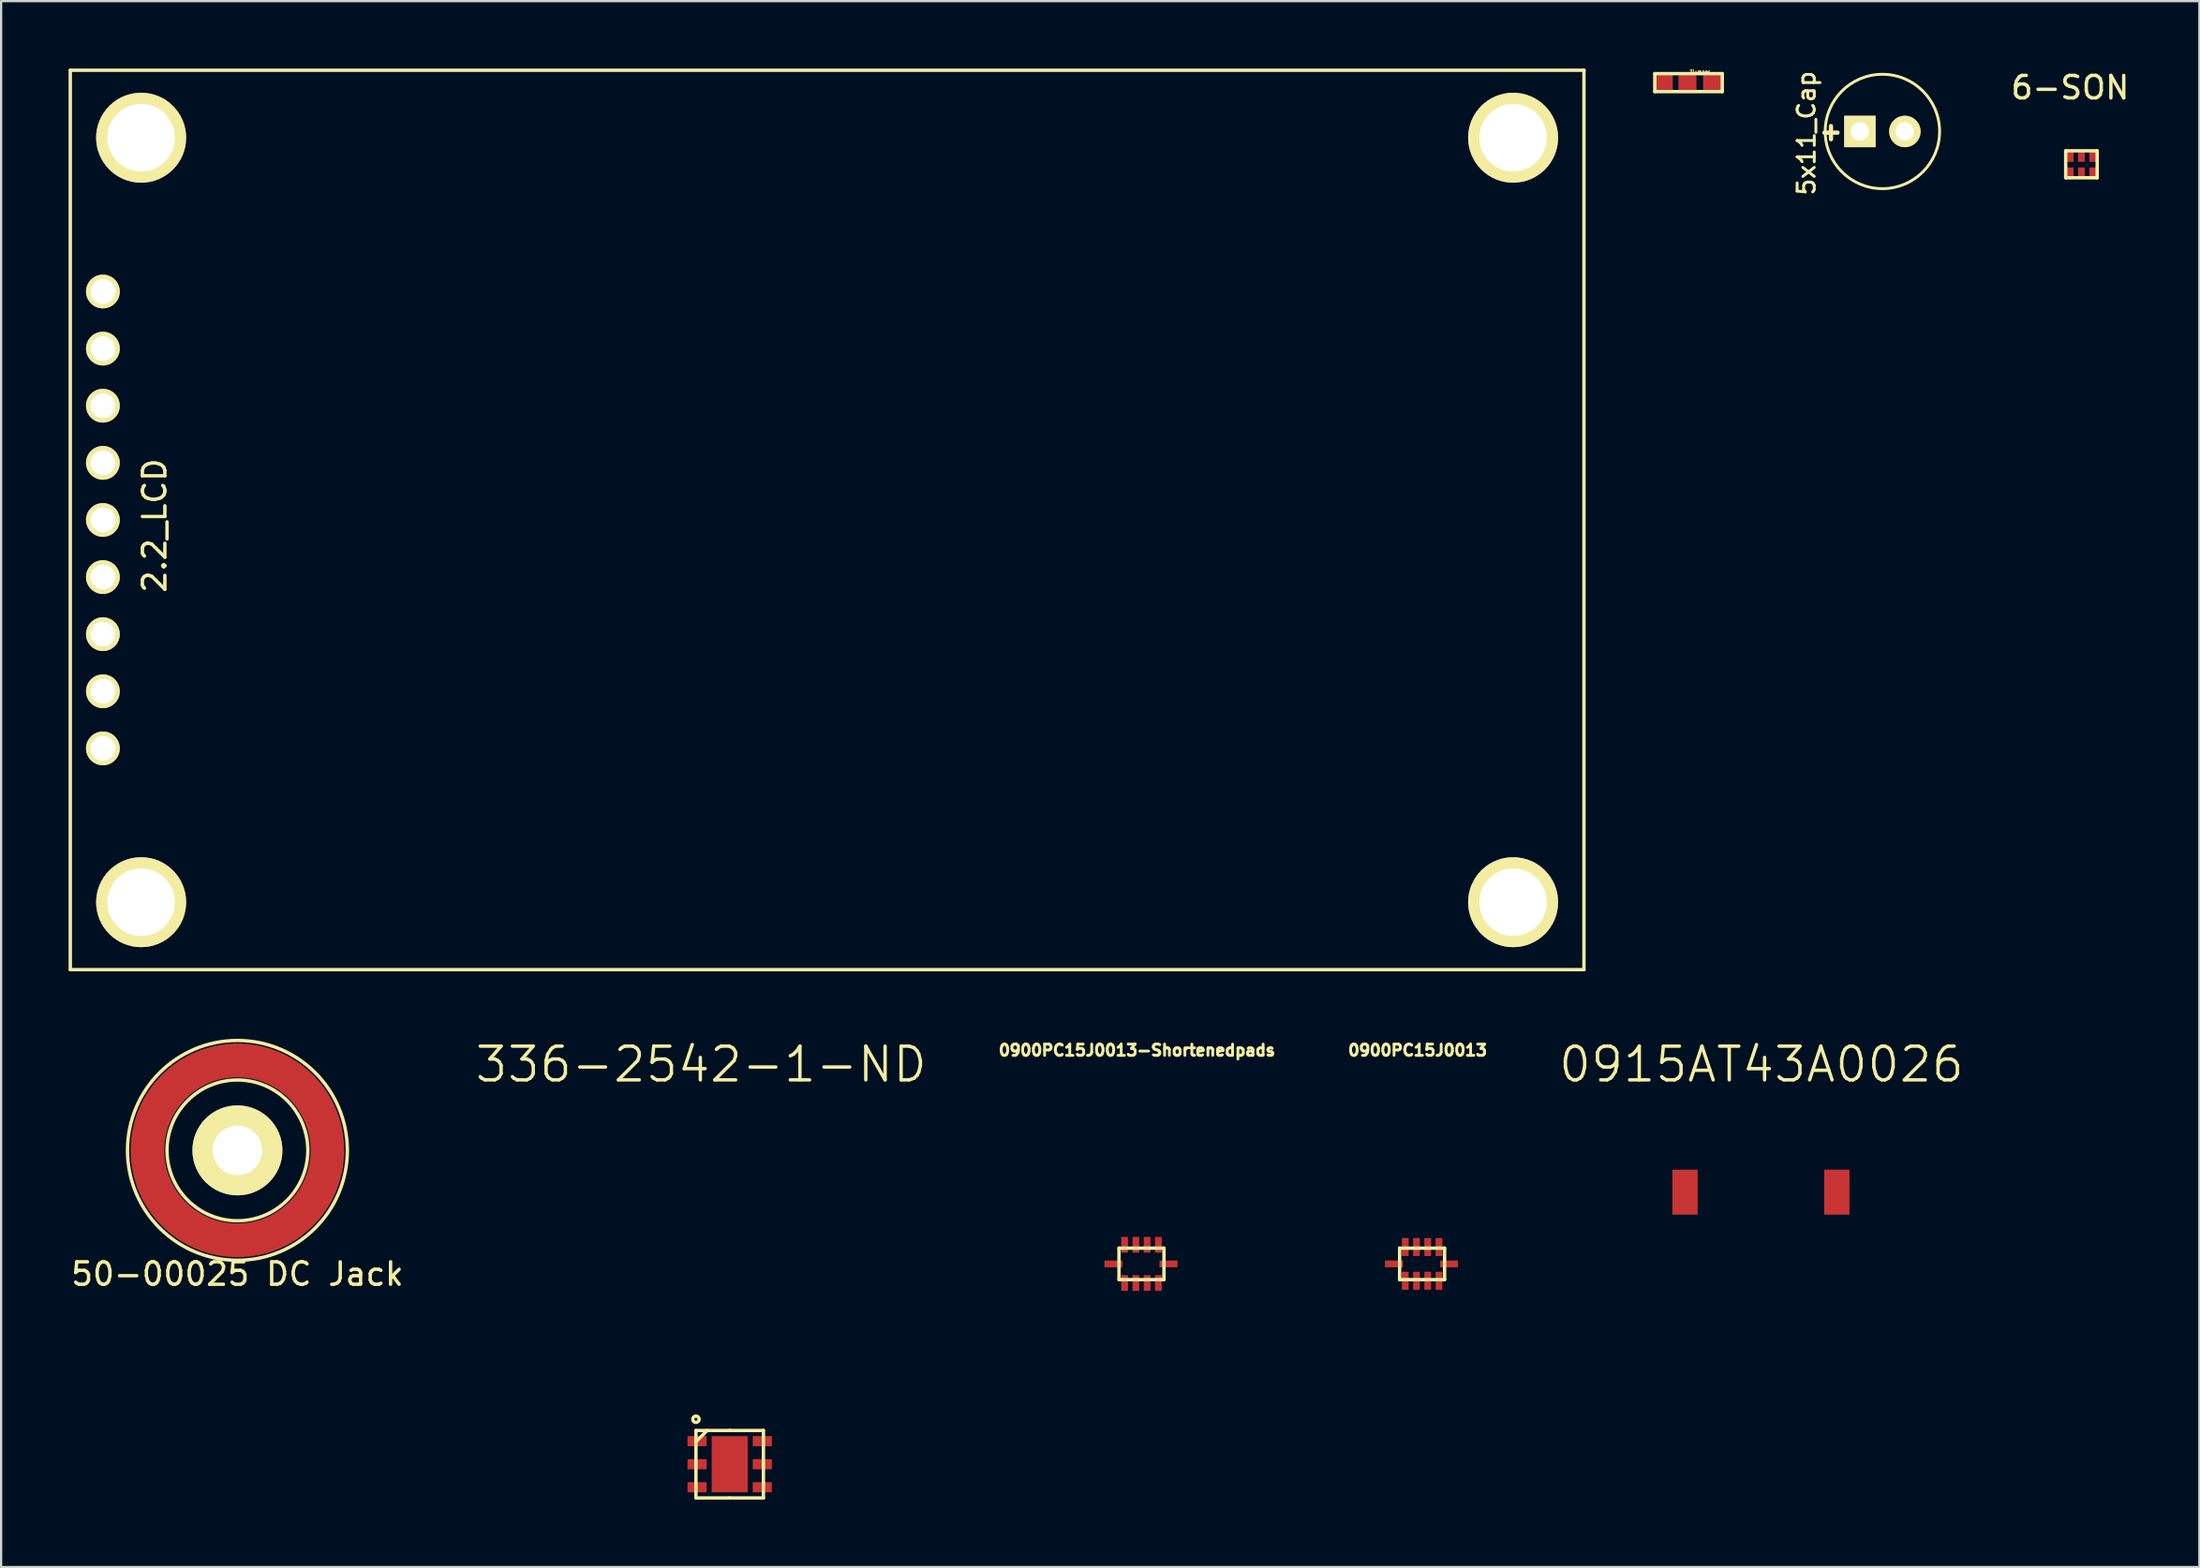
<source format=kicad_pcb>
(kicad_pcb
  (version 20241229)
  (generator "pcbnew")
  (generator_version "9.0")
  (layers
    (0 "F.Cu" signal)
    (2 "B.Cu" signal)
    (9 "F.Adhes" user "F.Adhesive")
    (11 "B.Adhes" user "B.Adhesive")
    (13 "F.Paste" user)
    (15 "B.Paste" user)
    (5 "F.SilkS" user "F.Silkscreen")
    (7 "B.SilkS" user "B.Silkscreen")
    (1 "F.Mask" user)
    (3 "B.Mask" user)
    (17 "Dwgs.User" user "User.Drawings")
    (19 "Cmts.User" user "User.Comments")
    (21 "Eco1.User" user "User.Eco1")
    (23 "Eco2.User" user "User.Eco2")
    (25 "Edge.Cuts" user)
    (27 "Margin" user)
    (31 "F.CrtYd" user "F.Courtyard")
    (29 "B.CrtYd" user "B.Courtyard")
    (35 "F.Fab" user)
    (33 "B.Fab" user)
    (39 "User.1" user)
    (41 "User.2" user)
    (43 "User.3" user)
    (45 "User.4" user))
  (footprint "0900PC15J0013-Shortenedpads"
    (layer "F.Cu")
    (at 47.402 52.562)
    (property "Reference" "0900PC15J0013-Shortenedpads" (at 0.1 -8.9 0) (layer "F.SilkS") (effects (font (size 0.5 0.5) (thickness 0.125))))
    (attr through_hole)
    (fp_line (start -0.7 -0.1) (end 1.3 -0.1) (stroke (width 0.15) (type solid)) (layer "F.SilkS"))
    (fp_line (start -0.7 1.3) (end -0.7 -0.1) (stroke (width 0.15) (type solid)) (layer "F.SilkS"))
    (fp_line (start 1.3 -0.1) (end 1.3 1.3) (stroke (width 0.15) (type solid)) (layer "F.SilkS"))
    (fp_line (start 1.3 1.3) (end -0.7 1.3) (stroke (width 0.15) (type solid)) (layer "F.SilkS"))
    (pad "1" smd rect (at -0.45 1.35) (size 0.3 0.7) (drill (offset 0 0.1)) (layers "F.Cu" "F.Mask" "F.Paste"))
    (pad "2" smd rect (at 0.05 1.35) (size 0.3 0.7) (drill (offset 0 0.1)) (layers "F.Cu" "F.Mask" "F.Paste"))
    (pad "3" smd rect (at 0.55 1.35) (size 0.3 0.7) (drill (offset 0 0.1)) (layers "F.Cu" "F.Mask" "F.Paste"))
    (pad "4" smd rect (at 1.05 1.35) (size 0.3 0.7) (drill (offset 0 0.1)) (layers "F.Cu" "F.Mask" "F.Paste"))
    (pad "5" smd rect (at 1.5 0.6) (size 0.8 0.3) (layers "F.Cu" "F.Mask" "F.Paste"))
    (pad "6" smd rect (at 1.05 -0.15) (size 0.3 0.7) (drill (offset 0 -0.1)) (layers "F.Cu" "F.Mask" "F.Paste"))
    (pad "7" smd rect (at 0.55 -0.15) (size 0.3 0.7) (drill (offset 0 -0.1)) (layers "F.Cu" "F.Mask" "F.Paste"))
    (pad "8" smd rect (at 0.05 -0.15) (size 0.3 0.7) (drill (offset 0 -0.1)) (layers "F.Cu" "F.Mask" "F.Paste"))
    (pad "9" smd rect (at -0.45 -0.15) (size 0.3 0.7) (drill (offset 0 -0.1)) (layers "F.Cu" "F.Mask" "F.Paste"))
    (pad "10" smd rect (at -0.95 0.6) (size 0.8 0.3) (layers "F.Cu" "F.Mask" "F.Paste")))
  (footprint "336-2542-1-ND"
    (layer "F.Cu")
    (at 29.393 62.071)
    (property "Reference" "336-2542-1-ND" (at -1.27 -17.78 0) (layer "F.SilkS") (effects (font (size 1.5 1.5) (thickness 0.15))))
    (attr through_hole)
    (fp_line (start -1.5 -1.5) (end 0 -1.5) (stroke (width 0.15) (type solid)) (layer "F.SilkS"))
    (fp_line (start -1.5 -1) (end -1 -1.5) (stroke (width 0.15) (type solid)) (layer "F.SilkS"))
    (fp_line (start -1.5 1.5) (end -1.5 -1.5) (stroke (width 0.15) (type solid)) (layer "F.SilkS"))
    (fp_line (start 0 -1.5) (end 1.5 -1.5) (stroke (width 0.15) (type solid)) (layer "F.SilkS"))
    (fp_line (start 0 1.5) (end -1.5 1.5) (stroke (width 0.15) (type solid)) (layer "F.SilkS"))
    (fp_line (start 1.5 -1.5) (end 1.5 1.5) (stroke (width 0.15) (type solid)) (layer "F.SilkS"))
    (fp_line (start 1.5 1.5) (end 0 1.5) (stroke (width 0.15) (type solid)) (layer "F.SilkS"))
    (fp_circle (center -1.5 -2) (end -1.4 -1.9) (stroke (width 0.15) (type solid)) (fill no) (layer "F.SilkS"))
    (pad "1" smd rect (at -1.45 -1.025) (size 0.85 0.45) (layers "F.Cu" "F.Mask" "F.Paste"))
    (pad "2" smd rect (at -1.45 0) (size 0.85 0.45) (layers "F.Cu" "F.Mask" "F.Paste"))
    (pad "3" smd rect (at -1.45 1.025) (size 0.85 0.45) (layers "F.Cu" "F.Mask" "F.Paste"))
    (pad "4" smd rect (at 1.45 1.025) (size 0.85 0.45) (layers "F.Cu" "F.Mask" "F.Paste"))
    (pad "5" smd rect (at 1.45 0) (size 0.85 0.45) (layers "F.Cu" "F.Mask" "F.Paste"))
    (pad "6" smd rect (at 1.45 -1.025) (size 0.85 0.45) (layers "F.Cu" "F.Mask" "F.Paste"))
    (pad "7" smd rect (at 0 0) (size 1.6 2.5) (layers "F.Cu" "F.Mask" "F.Paste")))
  (footprint "50-00025 DC Jack"
    (layer "F.Cu")
    (at 7.506 48.113)
    (property "Reference" "50-00025 DC Jack" (at 0 5.5 0) (layer "F.SilkS") (effects (font (size 1 1) (thickness 0.15))))
    (attr through_hole)
    (fp_circle (center 0 0) (end 4 0) (stroke (width 1.5) (type solid)) (fill no) (layer "F.Cu"))
    (fp_circle (center 0 0) (end 1.4 -2.8) (stroke (width 0.15) (type solid)) (fill no) (layer "F.SilkS"))
    (fp_circle (center 0 0) (end 2.5 -4.2) (stroke (width 0.15) (type solid)) (fill no) (layer "F.SilkS"))
    (pad "1" smd circle (at 0 -4) (size 1.5 1.5) (layers "F.Cu" "F.Mask" "F.Paste"))
    (pad "3" thru_hole circle (at 0 0) (size 4 4) (drill 2.2) (layers "*.Cu" "*.Mask" "F.SilkS")))
  (footprint "5x11_Cap"
    (layer "F.Cu")
    (at 80.644 2.797)
    (property "Reference" "5x11_Cap" (at -3.375 0.075 90) (layer "F.SilkS") (effects (font (size 0.762 0.762) (thickness 0.127))))
    (attr through_hole)
    (fp_circle (center 0 0) (end 0.127 -2.54) (stroke (width 0.127) (type solid)) (fill no) (layer "F.SilkS"))
    (fp_text user "+" (at -2.286 0 0) (layer "F.SilkS") (effects (font (size 0.762 0.762) (thickness 0.203))))
    (pad "1" thru_hole rect (at -1 0) (size 1.397 1.397) (drill 0.813) (layers "*.Cu" "*.Mask" "F.SilkS"))
    (pad "2" thru_hole circle (at 1 0) (size 1.397 1.397) (drill 0.813) (layers "*.Cu" "*.Mask" "F.SilkS")))
  (footprint "2.2_LCD"
    (layer "F.Cu")
    (at 1.525 20.075)
    (property "Reference" "2.2_LCD" (at 2.3 0.25 90) (layer "F.SilkS") (effects (font (size 1 1) (thickness 0.15))))
    (attr through_hole)
    (fp_line (start -1.45 -20) (end 65.85 -20) (stroke (width 0.15) (type solid)) (layer "F.SilkS"))
    (fp_line (start -1.45 20) (end -1.45 -20) (stroke (width 0.15) (type solid)) (layer "F.SilkS"))
    (fp_line (start 65.85 -20) (end 65.85 20) (stroke (width 0.15) (type solid)) (layer "F.SilkS"))
    (fp_line (start 65.85 20) (end -1.45 20) (stroke (width 0.15) (type solid)) (layer "F.SilkS"))
    (pad "" np_thru_hole circle (at 1.7 -17) (size 4 4) (drill 3) (layers "*.Cu" "*.Mask" "F.SilkS"))
    (pad "" np_thru_hole circle (at 1.7 17) (size 4 4) (drill 3) (layers "*.Cu" "*.Mask" "F.SilkS"))
    (pad "" np_thru_hole circle (at 62.7 -17) (size 4 4) (drill 3) (layers "*.Cu" "*.Mask" "F.SilkS"))
    (pad "" np_thru_hole circle (at 62.7 17) (size 4 4) (drill 3) (layers "*.Cu" "*.Mask" "F.SilkS"))
    (pad "1" thru_hole circle (at 0 10.16) (size 1.5 1.5) (drill 1.1) (layers "*.Cu" "*.Mask" "F.SilkS"))
    (pad "2" thru_hole circle (at 0 7.62) (size 1.5 1.5) (drill 1.1) (layers "*.Cu" "*.Mask" "F.SilkS"))
    (pad "3" thru_hole circle (at 0 5.08) (size 1.5 1.5) (drill 1.1) (layers "*.Cu" "*.Mask" "F.SilkS"))
    (pad "4" thru_hole circle (at 0 2.54) (size 1.5 1.5) (drill 1.1) (layers "*.Cu" "*.Mask" "F.SilkS"))
    (pad "5" thru_hole circle (at 0 0) (size 1.5 1.5) (drill 1.1) (layers "*.Cu" "*.Mask" "F.SilkS"))
    (pad "6" thru_hole circle (at 0 -2.54) (size 1.5 1.5) (drill 1.1) (layers "*.Cu" "*.Mask" "F.SilkS"))
    (pad "7" thru_hole circle (at 0 -5.08) (size 1.5 1.5) (drill 1.1) (layers "*.Cu" "*.Mask" "F.SilkS"))
    (pad "8" thru_hole circle (at 0 -7.62) (size 1.5 1.5) (drill 1.1) (layers "*.Cu" "*.Mask" "F.SilkS"))
    (pad "9" thru_hole circle (at 0 -10.16) (size 1.5 1.5) (drill 1.1) (layers "*.Cu" "*.Mask" "F.SilkS")))
  (footprint "0900PC15J0013"
    (layer "F.Cu")
    (at 59.879 52.562)
    (property "Reference" "0900PC15J0013" (at 0.1 -8.9 0) (layer "F.SilkS") (effects (font (size 0.5 0.5) (thickness 0.125))))
    (attr through_hole)
    (fp_line (start -0.7 -0.1) (end 1.3 -0.1) (stroke (width 0.15) (type solid)) (layer "F.SilkS"))
    (fp_line (start -0.7 1.3) (end -0.7 -0.1) (stroke (width 0.15) (type solid)) (layer "F.SilkS"))
    (fp_line (start 1.3 -0.1) (end 1.3 1.3) (stroke (width 0.15) (type solid)) (layer "F.SilkS"))
    (fp_line (start 1.3 1.3) (end -0.7 1.3) (stroke (width 0.15) (type solid)) (layer "F.SilkS"))
    (pad "1" smd rect (at -0.45 1.35) (size 0.3 0.8) (layers "F.Cu" "F.Mask" "F.Paste"))
    (pad "2" smd rect (at 0.05 1.35) (size 0.3 0.8) (layers "F.Cu" "F.Mask" "F.Paste"))
    (pad "3" smd rect (at 0.55 1.35) (size 0.3 0.8) (layers "F.Cu" "F.Mask" "F.Paste"))
    (pad "4" smd rect (at 1.05 1.35) (size 0.3 0.8) (layers "F.Cu" "F.Mask" "F.Paste"))
    (pad "5" smd rect (at 1.5 0.6) (size 0.8 0.3) (layers "F.Cu" "F.Mask" "F.Paste"))
    (pad "6" smd rect (at 1.05 -0.15) (size 0.3 0.8) (layers "F.Cu" "F.Mask" "F.Paste"))
    (pad "7" smd rect (at 0.55 -0.15) (size 0.3 0.8) (layers "F.Cu" "F.Mask" "F.Paste"))
    (pad "8" smd rect (at 0.05 -0.15) (size 0.3 0.8) (layers "F.Cu" "F.Mask" "F.Paste"))
    (pad "9" smd rect (at -0.45 -0.15) (size 0.3 0.8) (layers "F.Cu" "F.Mask" "F.Paste"))
    (pad "10" smd rect (at -0.95 0.6) (size 0.8 0.3) (layers "F.Cu" "F.Mask" "F.Paste")))
  (footprint "3jumper"
    (layer "F.Cu")
    (at 72.525 0.625)
    (property "Reference" "3jumper" (at 0 -0.483 0) (layer "F.SilkS") (effects (font (size 0.152 0.152) (thickness 0.03))))
    (attr through_hole)
    (fp_line (start -2 -0.4) (end 1 -0.4) (stroke (width 0.15) (type solid)) (layer "F.SilkS"))
    (fp_line (start -2 0.4) (end -2 -0.4) (stroke (width 0.15) (type solid)) (layer "F.SilkS"))
    (fp_line (start 1 -0.4) (end 1 0.4) (stroke (width 0.15) (type solid)) (layer "F.SilkS"))
    (fp_line (start 1 0.4) (end -2 0.4) (stroke (width 0.15) (type solid)) (layer "F.SilkS"))
    (pad "1" smd rect (at 0.549 0) (size 0.8 0.699) (layers "F.Cu" "F.Mask" "F.Paste"))
    (pad "2" smd rect (at -0.549 0) (size 0.8 0.699) (layers "F.Cu" "F.Mask" "F.Paste"))
    (pad "3" smd rect (at -1.6 0) (size 0.8 0.699) (layers "F.Cu" "F.Mask" "F.Paste")))
  (footprint "6-SON"
    (layer "F.Cu")
    (at 88.994 4.658)
    (property "Reference" "6-SON" (at 0 -3.81 0) (layer "F.SilkS") (effects (font (size 1 1) (thickness 0.15))))
    (attr through_hole)
    (fp_line (start -0.2 -1) (end 1.2 -1) (stroke (width 0.15) (type solid)) (layer "F.SilkS"))
    (fp_line (start -0.2 0.2) (end -0.2 -1) (stroke (width 0.15) (type solid)) (layer "F.SilkS"))
    (fp_line (start 1.2 -1) (end 1.2 0.2) (stroke (width 0.15) (type solid)) (layer "F.SilkS"))
    (fp_line (start 1.2 0.2) (end -0.2 0.2) (stroke (width 0.15) (type solid)) (layer "F.SilkS"))
    (pad "1" smd rect (at 0 0) (size 0.3 0.52) (layers "F.Cu" "F.Mask" "F.Paste"))
    (pad "2" smd rect (at 0.5 0) (size 0.3 0.52) (layers "F.Cu" "F.Mask" "F.Paste"))
    (pad "3" smd rect (at 1 0) (size 0.3 0.52) (layers "F.Cu" "F.Mask" "F.Paste"))
    (pad "4" smd rect (at 1 -0.77) (size 0.3 0.52) (layers "F.Cu" "F.Mask" "F.Paste"))
    (pad "5" smd rect (at 0.5 -0.77) (size 0.3 0.52) (layers "F.Cu" "F.Mask" "F.Paste"))
    (pad "6" smd rect (at 0 -0.77) (size 0.3 0.52) (layers "F.Cu" "F.Mask" "F.Paste")))
  (footprint "0915AT43A0026"
    (layer "F.Cu")
    (at 75.243 49.971)
    (property "Reference" "0915AT43A0026" (at 0.02 -5.68 0) (layer "F.SilkS") (effects (font (size 1.5 1.5) (thickness 0.15))))
    (attr through_hole)
    (pad "1" smd rect (at 3.375 0) (size 1.125 2) (layers "F.Cu" "F.Mask" "F.Paste"))
    (pad "2" smd rect (at -3.375 0) (size 1.125 2) (layers "F.Cu" "F.Mask" "F.Paste")))
  (gr_rect
    (start -3 -3)
    (end 94.738 66.646)
    (stroke (width 0.1) (type default))
    (fill no)
    (layer "Edge.Cuts")))
</source>
